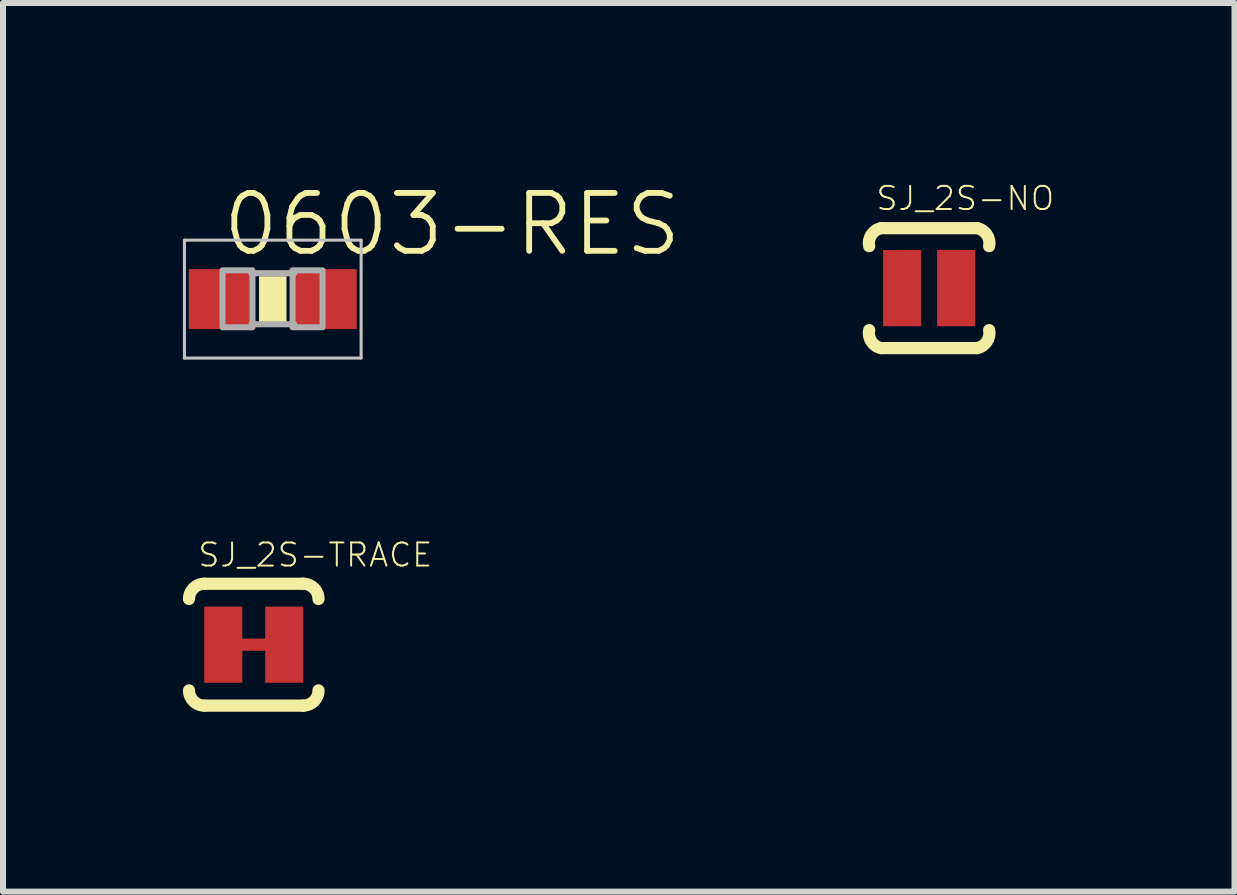
<source format=kicad_pcb>
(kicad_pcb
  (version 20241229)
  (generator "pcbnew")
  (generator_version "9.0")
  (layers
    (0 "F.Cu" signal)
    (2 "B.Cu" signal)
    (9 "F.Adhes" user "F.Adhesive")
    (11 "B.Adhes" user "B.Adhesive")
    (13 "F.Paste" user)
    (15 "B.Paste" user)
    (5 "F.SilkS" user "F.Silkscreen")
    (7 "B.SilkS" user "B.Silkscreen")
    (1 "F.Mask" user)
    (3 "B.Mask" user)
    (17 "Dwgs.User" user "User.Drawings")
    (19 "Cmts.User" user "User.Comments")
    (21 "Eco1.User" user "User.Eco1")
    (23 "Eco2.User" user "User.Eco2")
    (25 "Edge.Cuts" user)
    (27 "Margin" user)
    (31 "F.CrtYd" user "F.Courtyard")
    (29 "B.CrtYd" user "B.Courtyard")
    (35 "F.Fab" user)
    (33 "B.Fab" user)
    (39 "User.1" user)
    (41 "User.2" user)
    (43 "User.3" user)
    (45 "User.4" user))
  (footprint "SJ_2S-TRACE"
    (layer "F.Cu")
    (at 1.181 7.699)
    (property "Reference" "SJ_2S-TRACE" (at -0.953 -1.27 0) (layer "F.SilkS") (effects (font (size 0.386 0.386) (thickness 0.033)) (justify left bottom)))
    (attr through_hole)
    (fp_line (start -0.381 0) (end 0.381 0) (stroke (width 0.203) (type solid)) (layer "F.Cu"))
    (fp_line (start -0.826 -1.016) (end 0.826 -1.016) (stroke (width 0.203) (type solid)) (layer "F.SilkS"))
    (fp_line (start 0.826 1.016) (end -0.826 1.016) (stroke (width 0.203) (type solid)) (layer "F.SilkS"))
    (fp_arc (start -1.0795 -0.762) (mid -1.005105 -0.941605) (end -0.8255 -1.016) (stroke (width 0.2032) (type solid)) (layer "F.SilkS"))
    (fp_arc (start -0.8255 1.016) (mid -1.005105 0.941605) (end -1.0795 0.762) (stroke (width 0.2032) (type solid)) (layer "F.SilkS"))
    (fp_arc (start 0.8255 -1.016) (mid 1.005105 -0.941605) (end 1.0795 -0.762) (stroke (width 0.2032) (type solid)) (layer "F.SilkS"))
    (fp_arc (start 1.0795 0.762) (mid 1.005105 0.941605) (end 0.8255 1.016) (stroke (width 0.2032) (type solid)) (layer "F.SilkS"))
    (pad "1" smd rect (at -0.508 0) (size 0.635 1.27) (layers "F.Cu" "F.Mask"))
    (pad "2" smd rect (at 0.508 0) (size 0.635 1.27) (layers "F.Cu" "F.Mask")))
  (footprint "0603-RES"
    (layer "F.Cu")
    (at 1.498 1.937)
    (property "Reference" "0603-RES" (at -0.889 -0.682 0) (layer "F.SilkS") (effects (font (size 0.965 0.965) (thickness 0.097)) (justify left bottom)))
    (attr through_hole)
    (fp_poly (pts (xy -0.229 0.381) (xy 0.229 0.381) (xy 0.229 -0.381) (xy -0.229 -0.381)) (stroke (width 0) (type solid)) (fill yes) (layer "F.SilkS"))
    (fp_poly (pts (xy -0.2 0.3) (xy 0.2 0.3) (xy 0.2 -0.3) (xy -0.2 -0.3)) (stroke (width 0) (type solid)) (fill yes) (layer "F.Adhes"))
    (fp_line (start -1.473 -0.983) (end 1.473 -0.983) (stroke (width 0.051) (type solid)) (layer "Dwgs.User"))
    (fp_line (start -1.473 0.983) (end -1.473 -0.983) (stroke (width 0.051) (type solid)) (layer "Dwgs.User"))
    (fp_line (start 1.473 -0.983) (end 1.473 0.983) (stroke (width 0.051) (type solid)) (layer "Dwgs.User"))
    (fp_line (start 1.473 0.983) (end -1.473 0.983) (stroke (width 0.051) (type solid)) (layer "Dwgs.User"))
    (fp_line (start -0.356 -0.432) (end 0.356 -0.432) (stroke (width 0.102) (type solid)) (layer "F.Fab"))
    (fp_line (start -0.356 0.419) (end 0.356 0.419) (stroke (width 0.102) (type solid)) (layer "F.Fab"))
    (fp_poly (pts (xy -0.838 0.47) (xy -0.338 0.47) (xy -0.338 -0.48) (xy -0.838 -0.48)) (stroke (width 0.1) (type solid)) (fill no) (layer "F.Fab"))
    (fp_poly (pts (xy 0.33 0.47) (xy 0.83 0.47) (xy 0.83 -0.48) (xy 0.33 -0.48)) (stroke (width 0.1) (type solid)) (fill no) (layer "F.Fab"))
    (pad "1" smd rect (at -0.85 0) (size 1.1 1) (layers "F.Cu" "F.Mask" "F.Paste"))
    (pad "2" smd rect (at 0.85 0) (size 1.1 1) (layers "F.Cu" "F.Mask" "F.Paste")))
  (footprint "SJ_2S-NO"
    (layer "F.Cu")
    (at 12.442 1.754)
    (property "Reference" "SJ_2S-NO" (at -0.908 -1.27 0) (layer "F.SilkS") (effects (font (size 0.386 0.386) (thickness 0.033)) (justify left bottom)))
    (attr through_hole)
    (fp_line (start -0.8 -1) (end 0.8 -1) (stroke (width 0.203) (type solid)) (layer "F.SilkS"))
    (fp_line (start 0.8 1) (end -0.8 1) (stroke (width 0.203) (type solid)) (layer "F.SilkS"))
    (fp_arc (start -1 -0.7) (mid -0.962132 -0.891421) (end -0.8 -1) (stroke (width 0.2032) (type solid)) (layer "F.SilkS"))
    (fp_arc (start -0.8 1) (mid -0.962132 0.891421) (end -1 0.7) (stroke (width 0.2032) (type solid)) (layer "F.SilkS"))
    (fp_arc (start 0.8 -1) (mid 0.962132 -0.891421) (end 1 -0.7) (stroke (width 0.2032) (type solid)) (layer "F.SilkS"))
    (fp_arc (start 1 0.7) (mid 0.962132 0.891421) (end 0.8 1) (stroke (width 0.2032) (type solid)) (layer "F.SilkS"))
    (pad "1" smd rect (at -0.45 0) (size 0.635 1.27) (layers "F.Cu" "F.Mask"))
    (pad "2" smd rect (at 0.45 0) (size 0.635 1.27) (layers "F.Cu" "F.Mask")))
  (gr_rect
    (start -3 -3)
    (end 17.533 11.816)
    (stroke (width 0.1) (type default))
    (fill no)
    (layer "Edge.Cuts")))
</source>
